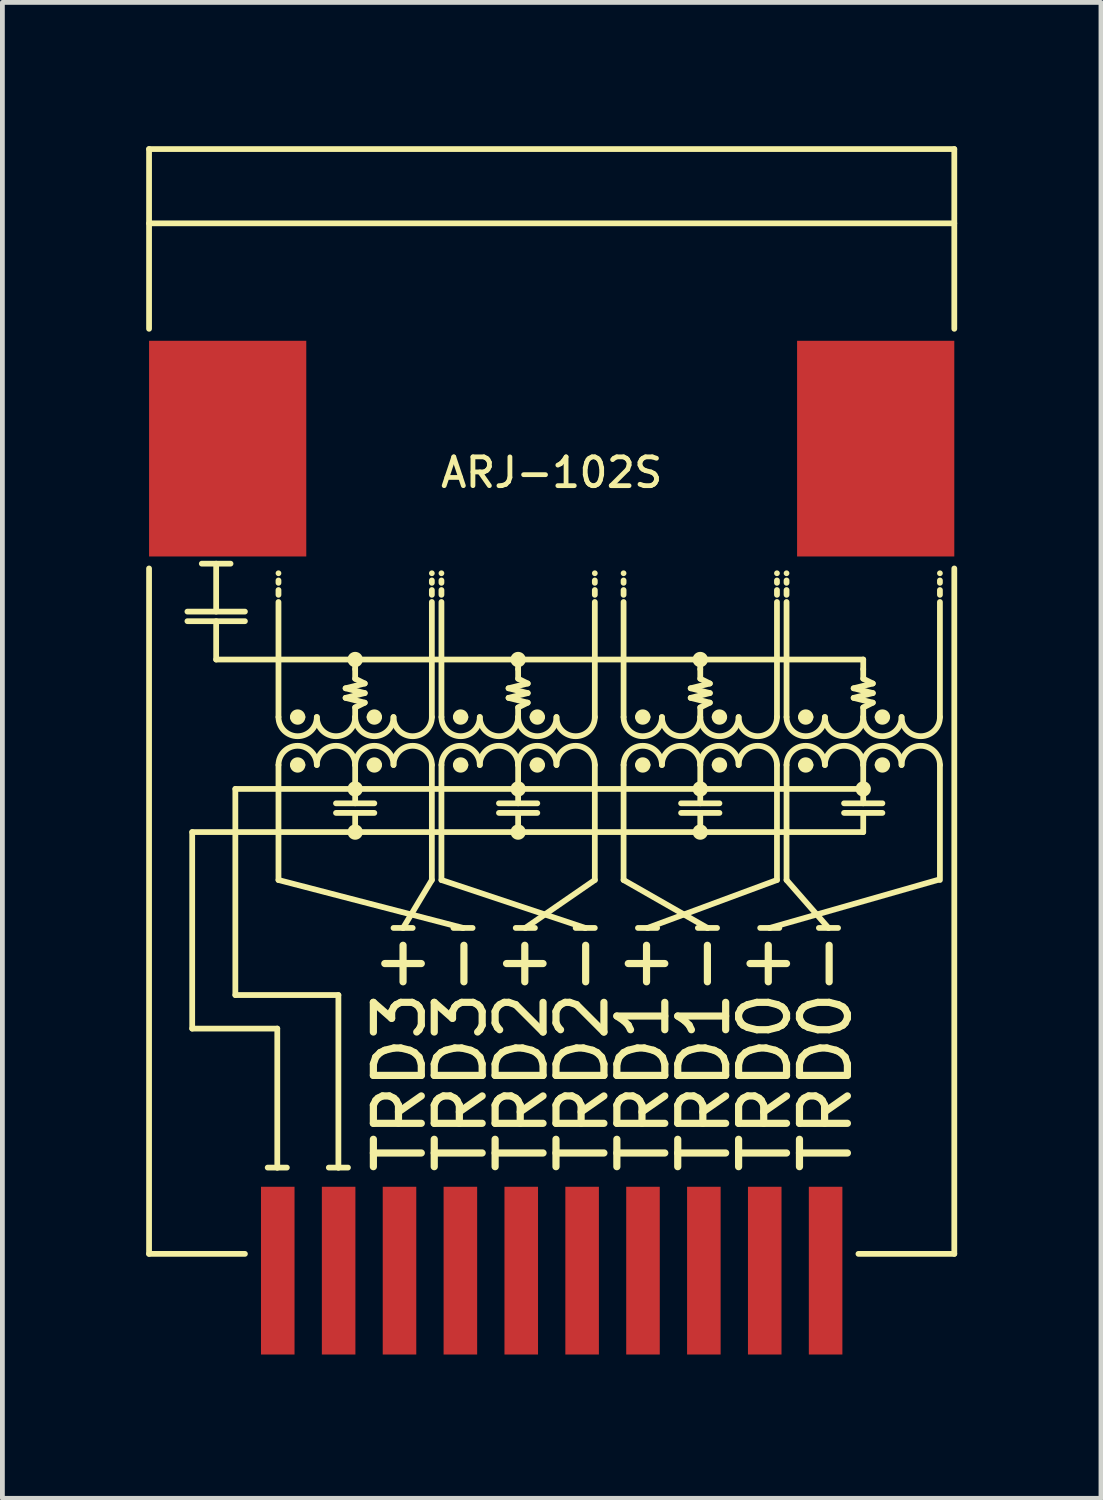
<source format=kicad_pcb>
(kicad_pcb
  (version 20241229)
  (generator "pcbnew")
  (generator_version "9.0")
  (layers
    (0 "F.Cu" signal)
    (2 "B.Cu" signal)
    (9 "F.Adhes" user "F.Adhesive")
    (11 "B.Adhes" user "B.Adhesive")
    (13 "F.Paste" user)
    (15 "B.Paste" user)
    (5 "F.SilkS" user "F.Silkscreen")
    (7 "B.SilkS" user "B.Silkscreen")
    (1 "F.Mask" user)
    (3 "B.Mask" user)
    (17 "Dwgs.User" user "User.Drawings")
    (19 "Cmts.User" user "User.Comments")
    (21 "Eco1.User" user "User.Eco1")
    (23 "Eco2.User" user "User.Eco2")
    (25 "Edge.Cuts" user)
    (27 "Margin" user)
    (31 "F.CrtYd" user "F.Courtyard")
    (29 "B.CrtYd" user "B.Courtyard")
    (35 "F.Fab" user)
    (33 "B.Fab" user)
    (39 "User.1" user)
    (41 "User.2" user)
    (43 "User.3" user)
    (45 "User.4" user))
  (footprint "ARJ-102S"
    (layer "F.Cu")
    (at 8.46 6.31)
    (property "Reference" "ARJ-102S" (at 0 0.5 0) (layer "F.SilkS") (effects (font (size 0.6 0.6) (thickness 0.1))))
    (attr through_hole)
    (fp_line (start -8.4 -6.25) (end -8.4 -2.5) (stroke (width 0.12) (type solid)) (layer "F.SilkS"))
    (fp_line (start -8.4 -4.7) (end 8.4 -4.7) (stroke (width 0.12) (type solid)) (layer "F.SilkS"))
    (fp_line (start -8.4 2.5) (end -8.4 16.8) (stroke (width 0.12) (type solid)) (layer "F.SilkS"))
    (fp_line (start -8.4 16.8) (end -6.4 16.8) (stroke (width 0.12) (type solid)) (layer "F.SilkS"))
    (fp_line (start -7.6 3.4) (end -6.4 3.4) (stroke (width 0.12) (type solid)) (layer "F.SilkS"))
    (fp_line (start -7.6 3.6) (end -6.4 3.6) (stroke (width 0.12) (type solid)) (layer "F.SilkS"))
    (fp_line (start -7.5 8) (end -7.5 12.1) (stroke (width 0.12) (type solid)) (layer "F.SilkS"))
    (fp_line (start -7.5 12.1) (end -5.725 12.1) (stroke (width 0.12) (type solid)) (layer "F.SilkS"))
    (fp_line (start -7.3 2.4) (end -6.7 2.4) (stroke (width 0.12) (type solid)) (layer "F.SilkS"))
    (fp_line (start -7 2.4) (end -7 3.4) (stroke (width 0.12) (type solid)) (layer "F.SilkS"))
    (fp_line (start -7 3.6) (end -7 4.4) (stroke (width 0.12) (type solid)) (layer "F.SilkS"))
    (fp_line (start -6.6 7.1) (end -6.6 11.4) (stroke (width 0.12) (type solid)) (layer "F.SilkS"))
    (fp_line (start -6.6 11.4) (end -4.45 11.4) (stroke (width 0.12) (type solid)) (layer "F.SilkS"))
    (fp_line (start -5.725 15) (end -5.925 15) (stroke (width 0.12) (type solid)) (layer "F.SilkS"))
    (fp_line (start -5.725 15) (end -5.725 12.1) (stroke (width 0.12) (type solid)) (layer "F.SilkS"))
    (fp_line (start -5.725 15) (end -5.525 15) (stroke (width 0.12) (type solid)) (layer "F.SilkS"))
    (fp_line (start -5.7 2.6) (end -5.7 2.6) (stroke (width 0.12) (type solid)) (layer "F.SilkS"))
    (fp_line (start -5.7 2.8) (end -5.7 2.75) (stroke (width 0.12) (type solid)) (layer "F.SilkS"))
    (fp_line (start -5.7 3.05) (end -5.7 2.95) (stroke (width 0.12) (type solid)) (layer "F.SilkS"))
    (fp_line (start -5.7 3.2) (end -5.7 5.6) (stroke (width 0.12) (type solid)) (layer "F.SilkS"))
    (fp_line (start -5.7 6.6) (end -5.7 9) (stroke (width 0.12) (type solid)) (layer "F.SilkS"))
    (fp_line (start -5.7 9) (end -1.85 10) (stroke (width 0.12) (type solid)) (layer "F.SilkS"))
    (fp_line (start -5.2 5.6) (end -5.4 5.6) (stroke (width 0.12) (type solid)) (layer "F.SilkS"))
    (fp_line (start -5.2 6.6) (end -5.4 6.6) (stroke (width 0.12) (type solid)) (layer "F.SilkS"))
    (fp_line (start -4.5 7.4) (end -3.7 7.4) (stroke (width 0.12) (type solid)) (layer "F.SilkS"))
    (fp_line (start -4.5 7.6) (end -3.7 7.6) (stroke (width 0.12) (type solid)) (layer "F.SilkS"))
    (fp_line (start -4.45 15) (end -4.65 15) (stroke (width 0.12) (type solid)) (layer "F.SilkS"))
    (fp_line (start -4.45 15) (end -4.45 11.4) (stroke (width 0.12) (type solid)) (layer "F.SilkS"))
    (fp_line (start -4.45 15) (end -4.25 15) (stroke (width 0.12) (type solid)) (layer "F.SilkS"))
    (fp_line (start -4.3 5) (end -3.9 4.9) (stroke (width 0.12) (type solid)) (layer "F.SilkS"))
    (fp_line (start -4.3 5.2) (end -3.9 5.1) (stroke (width 0.12) (type solid)) (layer "F.SilkS"))
    (fp_line (start -4.1 4.6) (end -4.1 4.4) (stroke (width 0.12) (type solid)) (layer "F.SilkS"))
    (fp_line (start -4.1 4.8) (end -4.1 4.6) (stroke (width 0.12) (type solid)) (layer "F.SilkS"))
    (fp_line (start -4.1 5.4) (end -3.9 5.3) (stroke (width 0.12) (type solid)) (layer "F.SilkS"))
    (fp_line (start -4.1 5.6) (end -4.1 5.4) (stroke (width 0.12) (type solid)) (layer "F.SilkS"))
    (fp_line (start -4.1 6.6) (end -4.1 7.4) (stroke (width 0.12) (type solid)) (layer "F.SilkS"))
    (fp_line (start -4.1 7.6) (end -4.1 8) (stroke (width 0.12) (type solid)) (layer "F.SilkS"))
    (fp_line (start -3.9 4.9) (end -4.1 4.8) (stroke (width 0.12) (type solid)) (layer "F.SilkS"))
    (fp_line (start -3.9 5.1) (end -4.3 5) (stroke (width 0.12) (type solid)) (layer "F.SilkS"))
    (fp_line (start -3.9 5.3) (end -4.3 5.2) (stroke (width 0.12) (type solid)) (layer "F.SilkS"))
    (fp_line (start -3.6 5.6) (end -3.8 5.6) (stroke (width 0.12) (type solid)) (layer "F.SilkS"))
    (fp_line (start -3.6 6.6) (end -3.8 6.6) (stroke (width 0.12) (type solid)) (layer "F.SilkS"))
    (fp_line (start -3.1 10) (end -3.3 10) (stroke (width 0.12) (type solid)) (layer "F.SilkS"))
    (fp_line (start -3.1 10) (end -2.9 10) (stroke (width 0.12) (type solid)) (layer "F.SilkS"))
    (fp_line (start -2.5 2.6) (end -2.5 2.6) (stroke (width 0.12) (type solid)) (layer "F.SilkS"))
    (fp_line (start -2.5 2.8) (end -2.5 2.75) (stroke (width 0.12) (type solid)) (layer "F.SilkS"))
    (fp_line (start -2.5 3.05) (end -2.5 2.95) (stroke (width 0.12) (type solid)) (layer "F.SilkS"))
    (fp_line (start -2.5 3.2) (end -2.5 5.6) (stroke (width 0.12) (type solid)) (layer "F.SilkS"))
    (fp_line (start -2.5 6.6) (end -2.5 9) (stroke (width 0.12) (type solid)) (layer "F.SilkS"))
    (fp_line (start -2.5 9) (end -3.1 10) (stroke (width 0.12) (type solid)) (layer "F.SilkS"))
    (fp_line (start -2.3 2.6) (end -2.3 2.6) (stroke (width 0.12) (type solid)) (layer "F.SilkS"))
    (fp_line (start -2.3 2.8) (end -2.3 2.75) (stroke (width 0.12) (type solid)) (layer "F.SilkS"))
    (fp_line (start -2.3 3.05) (end -2.3 2.95) (stroke (width 0.12) (type solid)) (layer "F.SilkS"))
    (fp_line (start -2.3 3.2) (end -2.3 5.6) (stroke (width 0.12) (type solid)) (layer "F.SilkS"))
    (fp_line (start -2.3 6.6) (end -2.3 9) (stroke (width 0.12) (type solid)) (layer "F.SilkS"))
    (fp_line (start -2.3 9) (end 0.7 10) (stroke (width 0.12) (type solid)) (layer "F.SilkS"))
    (fp_line (start -1.85 10) (end -2.05 10) (stroke (width 0.12) (type solid)) (layer "F.SilkS"))
    (fp_line (start -1.85 10) (end -1.65 10) (stroke (width 0.12) (type solid)) (layer "F.SilkS"))
    (fp_line (start -1.8 5.6) (end -2 5.6) (stroke (width 0.12) (type solid)) (layer "F.SilkS"))
    (fp_line (start -1.8 6.6) (end -2 6.6) (stroke (width 0.12) (type solid)) (layer "F.SilkS"))
    (fp_line (start -1.1 7.4) (end -0.3 7.4) (stroke (width 0.12) (type solid)) (layer "F.SilkS"))
    (fp_line (start -1.1 7.6) (end -0.3 7.6) (stroke (width 0.12) (type solid)) (layer "F.SilkS"))
    (fp_line (start -0.9 5) (end -0.5 4.9) (stroke (width 0.12) (type solid)) (layer "F.SilkS"))
    (fp_line (start -0.9 5.2) (end -0.5 5.1) (stroke (width 0.12) (type solid)) (layer "F.SilkS"))
    (fp_line (start -0.7 4.6) (end -0.7 4.4) (stroke (width 0.12) (type solid)) (layer "F.SilkS"))
    (fp_line (start -0.7 4.8) (end -0.7 4.6) (stroke (width 0.12) (type solid)) (layer "F.SilkS"))
    (fp_line (start -0.7 5.4) (end -0.5 5.3) (stroke (width 0.12) (type solid)) (layer "F.SilkS"))
    (fp_line (start -0.7 5.6) (end -0.7 5.4) (stroke (width 0.12) (type solid)) (layer "F.SilkS"))
    (fp_line (start -0.7 6.6) (end -0.7 7.4) (stroke (width 0.12) (type solid)) (layer "F.SilkS"))
    (fp_line (start -0.7 7.6) (end -0.7 8) (stroke (width 0.12) (type solid)) (layer "F.SilkS"))
    (fp_line (start -0.55 10) (end -0.75 10) (stroke (width 0.12) (type solid)) (layer "F.SilkS"))
    (fp_line (start -0.55 10) (end -0.35 10) (stroke (width 0.12) (type solid)) (layer "F.SilkS"))
    (fp_line (start -0.5 4.9) (end -0.7 4.8) (stroke (width 0.12) (type solid)) (layer "F.SilkS"))
    (fp_line (start -0.5 5.1) (end -0.9 5) (stroke (width 0.12) (type solid)) (layer "F.SilkS"))
    (fp_line (start -0.5 5.3) (end -0.9 5.2) (stroke (width 0.12) (type solid)) (layer "F.SilkS"))
    (fp_line (start -0.2 5.6) (end -0.4 5.6) (stroke (width 0.12) (type solid)) (layer "F.SilkS"))
    (fp_line (start -0.2 6.6) (end -0.4 6.6) (stroke (width 0.12) (type solid)) (layer "F.SilkS"))
    (fp_line (start 0.7 10) (end 0.5 10) (stroke (width 0.12) (type solid)) (layer "F.SilkS"))
    (fp_line (start 0.7 10) (end 0.9 10) (stroke (width 0.12) (type solid)) (layer "F.SilkS"))
    (fp_line (start 0.9 2.6) (end 0.9 2.6) (stroke (width 0.12) (type solid)) (layer "F.SilkS"))
    (fp_line (start 0.9 2.8) (end 0.9 2.75) (stroke (width 0.12) (type solid)) (layer "F.SilkS"))
    (fp_line (start 0.9 3.05) (end 0.9 2.95) (stroke (width 0.12) (type solid)) (layer "F.SilkS"))
    (fp_line (start 0.9 3.2) (end 0.9 5.6) (stroke (width 0.12) (type solid)) (layer "F.SilkS"))
    (fp_line (start 0.9 6.6) (end 0.9 9) (stroke (width 0.12) (type solid)) (layer "F.SilkS"))
    (fp_line (start 0.9 9) (end -0.55 10) (stroke (width 0.12) (type solid)) (layer "F.SilkS"))
    (fp_line (start 1.5 2.6) (end 1.5 2.6) (stroke (width 0.12) (type solid)) (layer "F.SilkS"))
    (fp_line (start 1.5 2.8) (end 1.5 2.75) (stroke (width 0.12) (type solid)) (layer "F.SilkS"))
    (fp_line (start 1.5 3.05) (end 1.5 2.95) (stroke (width 0.12) (type solid)) (layer "F.SilkS"))
    (fp_line (start 1.5 3.2) (end 1.5 5.6) (stroke (width 0.12) (type solid)) (layer "F.SilkS"))
    (fp_line (start 1.5 6.6) (end 1.5 9) (stroke (width 0.12) (type solid)) (layer "F.SilkS"))
    (fp_line (start 1.5 9) (end 3.25 10) (stroke (width 0.12) (type solid)) (layer "F.SilkS"))
    (fp_line (start 2 5.6) (end 1.8 5.6) (stroke (width 0.12) (type solid)) (layer "F.SilkS"))
    (fp_line (start 2 6.6) (end 1.8 6.6) (stroke (width 0.12) (type solid)) (layer "F.SilkS"))
    (fp_line (start 2 10) (end 1.8 10) (stroke (width 0.12) (type solid)) (layer "F.SilkS"))
    (fp_line (start 2 10) (end 2.2 10) (stroke (width 0.12) (type solid)) (layer "F.SilkS"))
    (fp_line (start 2.7 7.4) (end 3.5 7.4) (stroke (width 0.12) (type solid)) (layer "F.SilkS"))
    (fp_line (start 2.7 7.6) (end 3.5 7.6) (stroke (width 0.12) (type solid)) (layer "F.SilkS"))
    (fp_line (start 2.9 5) (end 3.3 4.9) (stroke (width 0.12) (type solid)) (layer "F.SilkS"))
    (fp_line (start 2.9 5.2) (end 3.3 5.1) (stroke (width 0.12) (type solid)) (layer "F.SilkS"))
    (fp_line (start 3.1 4.6) (end 3.1 4.4) (stroke (width 0.12) (type solid)) (layer "F.SilkS"))
    (fp_line (start 3.1 4.8) (end 3.1 4.6) (stroke (width 0.12) (type solid)) (layer "F.SilkS"))
    (fp_line (start 3.1 5.4) (end 3.3 5.3) (stroke (width 0.12) (type solid)) (layer "F.SilkS"))
    (fp_line (start 3.1 5.6) (end 3.1 5.4) (stroke (width 0.12) (type solid)) (layer "F.SilkS"))
    (fp_line (start 3.1 6.6) (end 3.1 7.4) (stroke (width 0.12) (type solid)) (layer "F.SilkS"))
    (fp_line (start 3.1 7.6) (end 3.1 8) (stroke (width 0.12) (type solid)) (layer "F.SilkS"))
    (fp_line (start 3.25 10) (end 3.05 10) (stroke (width 0.12) (type solid)) (layer "F.SilkS"))
    (fp_line (start 3.25 10) (end 3.45 10) (stroke (width 0.12) (type solid)) (layer "F.SilkS"))
    (fp_line (start 3.3 4.9) (end 3.1 4.8) (stroke (width 0.12) (type solid)) (layer "F.SilkS"))
    (fp_line (start 3.3 5.1) (end 2.9 5) (stroke (width 0.12) (type solid)) (layer "F.SilkS"))
    (fp_line (start 3.3 5.3) (end 2.9 5.2) (stroke (width 0.12) (type solid)) (layer "F.SilkS"))
    (fp_line (start 3.6 5.6) (end 3.4 5.6) (stroke (width 0.12) (type solid)) (layer "F.SilkS"))
    (fp_line (start 3.6 6.6) (end 3.4 6.6) (stroke (width 0.12) (type solid)) (layer "F.SilkS"))
    (fp_line (start 4.55 10) (end 4.35 10) (stroke (width 0.12) (type solid)) (layer "F.SilkS"))
    (fp_line (start 4.55 10) (end 4.75 10) (stroke (width 0.12) (type solid)) (layer "F.SilkS"))
    (fp_line (start 4.7 2.6) (end 4.7 2.6) (stroke (width 0.12) (type solid)) (layer "F.SilkS"))
    (fp_line (start 4.7 2.8) (end 4.7 2.75) (stroke (width 0.12) (type solid)) (layer "F.SilkS"))
    (fp_line (start 4.7 3.05) (end 4.7 2.95) (stroke (width 0.12) (type solid)) (layer "F.SilkS"))
    (fp_line (start 4.7 3.2) (end 4.7 5.6) (stroke (width 0.12) (type solid)) (layer "F.SilkS"))
    (fp_line (start 4.7 6.6) (end 4.7 9) (stroke (width 0.12) (type solid)) (layer "F.SilkS"))
    (fp_line (start 4.7 9) (end 2 10) (stroke (width 0.12) (type solid)) (layer "F.SilkS"))
    (fp_line (start 4.9 2.6) (end 4.9 2.6) (stroke (width 0.12) (type solid)) (layer "F.SilkS"))
    (fp_line (start 4.9 2.8) (end 4.9 2.75) (stroke (width 0.12) (type solid)) (layer "F.SilkS"))
    (fp_line (start 4.9 3.05) (end 4.9 2.95) (stroke (width 0.12) (type solid)) (layer "F.SilkS"))
    (fp_line (start 4.9 3.2) (end 4.9 5.6) (stroke (width 0.12) (type solid)) (layer "F.SilkS"))
    (fp_line (start 4.9 6.6) (end 4.9 9) (stroke (width 0.12) (type solid)) (layer "F.SilkS"))
    (fp_line (start 4.9 9) (end 5.775 10) (stroke (width 0.12) (type solid)) (layer "F.SilkS"))
    (fp_line (start 5.4 5.6) (end 5.2 5.6) (stroke (width 0.12) (type solid)) (layer "F.SilkS"))
    (fp_line (start 5.4 6.6) (end 5.2 6.6) (stroke (width 0.12) (type solid)) (layer "F.SilkS"))
    (fp_line (start 5.775 10) (end 5.575 10) (stroke (width 0.12) (type solid)) (layer "F.SilkS"))
    (fp_line (start 5.775 10) (end 5.975 10) (stroke (width 0.12) (type solid)) (layer "F.SilkS"))
    (fp_line (start 6.1 7.4) (end 6.9 7.4) (stroke (width 0.12) (type solid)) (layer "F.SilkS"))
    (fp_line (start 6.1 7.6) (end 6.9 7.6) (stroke (width 0.12) (type solid)) (layer "F.SilkS"))
    (fp_line (start 6.3 5) (end 6.7 4.9) (stroke (width 0.12) (type solid)) (layer "F.SilkS"))
    (fp_line (start 6.3 5.2) (end 6.7 5.1) (stroke (width 0.12) (type solid)) (layer "F.SilkS"))
    (fp_line (start 6.4 16.8) (end 8.4 16.8) (stroke (width 0.12) (type solid)) (layer "F.SilkS"))
    (fp_line (start 6.5 4.4) (end -7 4.4) (stroke (width 0.12) (type solid)) (layer "F.SilkS"))
    (fp_line (start 6.5 4.6) (end 6.5 4.4) (stroke (width 0.12) (type solid)) (layer "F.SilkS"))
    (fp_line (start 6.5 4.8) (end 6.5 4.6) (stroke (width 0.12) (type solid)) (layer "F.SilkS"))
    (fp_line (start 6.5 5.4) (end 6.7 5.3) (stroke (width 0.12) (type solid)) (layer "F.SilkS"))
    (fp_line (start 6.5 5.6) (end 6.5 5.4) (stroke (width 0.12) (type solid)) (layer "F.SilkS"))
    (fp_line (start 6.5 6.6) (end 6.5 7.4) (stroke (width 0.12) (type solid)) (layer "F.SilkS"))
    (fp_line (start 6.5 7.1) (end -6.6 7.1) (stroke (width 0.12) (type solid)) (layer "F.SilkS"))
    (fp_line (start 6.5 7.6) (end 6.5 8) (stroke (width 0.12) (type solid)) (layer "F.SilkS"))
    (fp_line (start 6.5 8) (end -7.5 8) (stroke (width 0.12) (type solid)) (layer "F.SilkS"))
    (fp_line (start 6.7 4.9) (end 6.5 4.8) (stroke (width 0.12) (type solid)) (layer "F.SilkS"))
    (fp_line (start 6.7 5.1) (end 6.3 5) (stroke (width 0.12) (type solid)) (layer "F.SilkS"))
    (fp_line (start 6.7 5.3) (end 6.3 5.2) (stroke (width 0.12) (type solid)) (layer "F.SilkS"))
    (fp_line (start 7 5.6) (end 6.8 5.6) (stroke (width 0.12) (type solid)) (layer "F.SilkS"))
    (fp_line (start 7 6.6) (end 6.8 6.6) (stroke (width 0.12) (type solid)) (layer "F.SilkS"))
    (fp_line (start 8.05 9) (end 4.55 10) (stroke (width 0.12) (type solid)) (layer "F.SilkS"))
    (fp_line (start 8.1 2.6) (end 8.1 2.6) (stroke (width 0.12) (type solid)) (layer "F.SilkS"))
    (fp_line (start 8.1 2.8) (end 8.1 2.75) (stroke (width 0.12) (type solid)) (layer "F.SilkS"))
    (fp_line (start 8.1 3.05) (end 8.1 2.95) (stroke (width 0.12) (type solid)) (layer "F.SilkS"))
    (fp_line (start 8.1 3.2) (end 8.1 5.6) (stroke (width 0.12) (type solid)) (layer "F.SilkS"))
    (fp_line (start 8.1 6.6) (end 8.1 9) (stroke (width 0.12) (type solid)) (layer "F.SilkS"))
    (fp_line (start 8.4 -6.25) (end -8.4 -6.25) (stroke (width 0.12) (type solid)) (layer "F.SilkS"))
    (fp_line (start 8.4 -2.5) (end 8.4 -6.25) (stroke (width 0.12) (type solid)) (layer "F.SilkS"))
    (fp_line (start 8.4 2.5) (end 8.4 16.8) (stroke (width 0.12) (type solid)) (layer "F.SilkS"))
    (fp_arc (start -5.7 6.6) (mid -5.3 6.2) (end -4.9 6.6) (stroke (width 0.12) (type solid)) (layer "F.SilkS"))
    (fp_arc (start -4.9 5.6) (mid -5.3 6) (end -5.7 5.6) (stroke (width 0.12) (type solid)) (layer "F.SilkS"))
    (fp_arc (start -4.9 6.6) (mid -4.5 6.2) (end -4.1 6.6) (stroke (width 0.12) (type solid)) (layer "F.SilkS"))
    (fp_arc (start -4.1 5.6) (mid -4.5 6) (end -4.9 5.6) (stroke (width 0.12) (type solid)) (layer "F.SilkS"))
    (fp_arc (start -4.1 6.6) (mid -3.7 6.2) (end -3.3 6.6) (stroke (width 0.12) (type solid)) (layer "F.SilkS"))
    (fp_arc (start -3.3 5.6) (mid -3.7 6) (end -4.1 5.6) (stroke (width 0.12) (type solid)) (layer "F.SilkS"))
    (fp_arc (start -3.3 6.6) (mid -2.9 6.2) (end -2.5 6.6) (stroke (width 0.12) (type solid)) (layer "F.SilkS"))
    (fp_arc (start -2.5 5.6) (mid -2.9 6) (end -3.3 5.6) (stroke (width 0.12) (type solid)) (layer "F.SilkS"))
    (fp_arc (start -2.3 6.6) (mid -1.9 6.2) (end -1.5 6.6) (stroke (width 0.12) (type solid)) (layer "F.SilkS"))
    (fp_arc (start -1.5 5.6) (mid -1.9 6) (end -2.3 5.6) (stroke (width 0.12) (type solid)) (layer "F.SilkS"))
    (fp_arc (start -1.5 6.6) (mid -1.1 6.2) (end -0.7 6.6) (stroke (width 0.12) (type solid)) (layer "F.SilkS"))
    (fp_arc (start -0.7 5.6) (mid -1.1 6) (end -1.5 5.6) (stroke (width 0.12) (type solid)) (layer "F.SilkS"))
    (fp_arc (start -0.7 6.6) (mid -0.3 6.2) (end 0.1 6.6) (stroke (width 0.12) (type solid)) (layer "F.SilkS"))
    (fp_arc (start 0.1 5.6) (mid -0.3 6) (end -0.7 5.6) (stroke (width 0.12) (type solid)) (layer "F.SilkS"))
    (fp_arc (start 0.1 6.6) (mid 0.5 6.2) (end 0.9 6.6) (stroke (width 0.12) (type solid)) (layer "F.SilkS"))
    (fp_arc (start 0.9 5.6) (mid 0.5 6) (end 0.1 5.6) (stroke (width 0.12) (type solid)) (layer "F.SilkS"))
    (fp_arc (start 1.5 6.6) (mid 1.9 6.2) (end 2.3 6.6) (stroke (width 0.12) (type solid)) (layer "F.SilkS"))
    (fp_arc (start 2.3 5.6) (mid 1.9 6) (end 1.5 5.6) (stroke (width 0.12) (type solid)) (layer "F.SilkS"))
    (fp_arc (start 2.3 6.6) (mid 2.7 6.2) (end 3.1 6.6) (stroke (width 0.12) (type solid)) (layer "F.SilkS"))
    (fp_arc (start 3.1 5.6) (mid 2.7 6) (end 2.3 5.6) (stroke (width 0.12) (type solid)) (layer "F.SilkS"))
    (fp_arc (start 3.1 6.6) (mid 3.5 6.2) (end 3.9 6.6) (stroke (width 0.12) (type solid)) (layer "F.SilkS"))
    (fp_arc (start 3.9 5.6) (mid 3.5 6) (end 3.1 5.6) (stroke (width 0.12) (type solid)) (layer "F.SilkS"))
    (fp_arc (start 3.9 6.6) (mid 4.3 6.2) (end 4.7 6.6) (stroke (width 0.12) (type solid)) (layer "F.SilkS"))
    (fp_arc (start 4.7 5.6) (mid 4.3 6) (end 3.9 5.6) (stroke (width 0.12) (type solid)) (layer "F.SilkS"))
    (fp_arc (start 4.9 6.6) (mid 5.3 6.2) (end 5.7 6.6) (stroke (width 0.12) (type solid)) (layer "F.SilkS"))
    (fp_arc (start 5.7 5.6) (mid 5.3 6) (end 4.9 5.6) (stroke (width 0.12) (type solid)) (layer "F.SilkS"))
    (fp_arc (start 5.7 6.6) (mid 6.1 6.2) (end 6.5 6.6) (stroke (width 0.12) (type solid)) (layer "F.SilkS"))
    (fp_arc (start 6.5 5.6) (mid 6.1 6) (end 5.7 5.6) (stroke (width 0.12) (type solid)) (layer "F.SilkS"))
    (fp_arc (start 6.5 6.6) (mid 6.9 6.2) (end 7.3 6.6) (stroke (width 0.12) (type solid)) (layer "F.SilkS"))
    (fp_arc (start 7.3 5.6) (mid 6.9 6) (end 6.5 5.6) (stroke (width 0.12) (type solid)) (layer "F.SilkS"))
    (fp_arc (start 7.3 6.6) (mid 7.7 6.2) (end 8.1 6.6) (stroke (width 0.12) (type solid)) (layer "F.SilkS"))
    (fp_arc (start 8.1 5.6) (mid 7.7 6) (end 7.3 5.6) (stroke (width 0.12) (type solid)) (layer "F.SilkS"))
    (fp_circle (center -5.3 5.6) (end -5.3 5.7) (stroke (width 0.12) (type solid)) (fill no) (layer "F.SilkS"))
    (fp_circle (center -5.3 6.6) (end -5.3 6.7) (stroke (width 0.12) (type solid)) (fill no) (layer "F.SilkS"))
    (fp_circle (center -4.1 4.4) (end -4 4.4) (stroke (width 0.12) (type solid)) (fill no) (layer "F.SilkS"))
    (fp_circle (center -4.1 7.1) (end -4 7.1) (stroke (width 0.12) (type solid)) (fill no) (layer "F.SilkS"))
    (fp_circle (center -4.1 8) (end -4 8) (stroke (width 0.12) (type solid)) (fill no) (layer "F.SilkS"))
    (fp_circle (center -3.7 5.6) (end -3.7 5.7) (stroke (width 0.12) (type solid)) (fill no) (layer "F.SilkS"))
    (fp_circle (center -3.7 6.6) (end -3.7 6.7) (stroke (width 0.12) (type solid)) (fill no) (layer "F.SilkS"))
    (fp_circle (center -1.9 5.6) (end -1.9 5.7) (stroke (width 0.12) (type solid)) (fill no) (layer "F.SilkS"))
    (fp_circle (center -1.9 6.6) (end -1.9 6.7) (stroke (width 0.12) (type solid)) (fill no) (layer "F.SilkS"))
    (fp_circle (center -0.7 4.4) (end -0.6 4.4) (stroke (width 0.12) (type solid)) (fill no) (layer "F.SilkS"))
    (fp_circle (center -0.7 7.1) (end -0.6 7.1) (stroke (width 0.12) (type solid)) (fill no) (layer "F.SilkS"))
    (fp_circle (center -0.7 8) (end -0.6 8) (stroke (width 0.12) (type solid)) (fill no) (layer "F.SilkS"))
    (fp_circle (center -0.3 5.6) (end -0.3 5.7) (stroke (width 0.12) (type solid)) (fill no) (layer "F.SilkS"))
    (fp_circle (center -0.3 6.6) (end -0.3 6.7) (stroke (width 0.12) (type solid)) (fill no) (layer "F.SilkS"))
    (fp_circle (center 1.9 5.6) (end 1.9 5.7) (stroke (width 0.12) (type solid)) (fill no) (layer "F.SilkS"))
    (fp_circle (center 1.9 6.6) (end 1.9 6.7) (stroke (width 0.12) (type solid)) (fill no) (layer "F.SilkS"))
    (fp_circle (center 3.1 4.4) (end 3.2 4.4) (stroke (width 0.12) (type solid)) (fill no) (layer "F.SilkS"))
    (fp_circle (center 3.1 7.1) (end 3.2 7.1) (stroke (width 0.12) (type solid)) (fill no) (layer "F.SilkS"))
    (fp_circle (center 3.1 8) (end 3.2 8) (stroke (width 0.12) (type solid)) (fill no) (layer "F.SilkS"))
    (fp_circle (center 3.5 5.6) (end 3.5 5.7) (stroke (width 0.12) (type solid)) (fill no) (layer "F.SilkS"))
    (fp_circle (center 3.5 6.6) (end 3.5 6.7) (stroke (width 0.12) (type solid)) (fill no) (layer "F.SilkS"))
    (fp_circle (center 5.3 5.6) (end 5.3 5.7) (stroke (width 0.12) (type solid)) (fill no) (layer "F.SilkS"))
    (fp_circle (center 5.3 6.6) (end 5.3 6.7) (stroke (width 0.12) (type solid)) (fill no) (layer "F.SilkS"))
    (fp_circle (center 6.5 7.1) (end 6.6 7.1) (stroke (width 0.12) (type solid)) (fill no) (layer "F.SilkS"))
    (fp_circle (center 6.9 5.6) (end 6.9 5.7) (stroke (width 0.12) (type solid)) (fill no) (layer "F.SilkS"))
    (fp_circle (center 6.9 6.6) (end 6.9 6.7) (stroke (width 0.12) (type solid)) (fill no) (layer "F.SilkS"))
    (fp_text user "TRD1-" (at 3.175 12.6 90) (layer "F.SilkS") (effects (font (size 1 1) (thickness 0.15))))
    (fp_text user "TRD2+" (at -0.635 12.6 90) (layer "F.SilkS") (effects (font (size 1 1) (thickness 0.15))))
    (fp_text user "TRD0-" (at 5.715 12.6 90) (layer "F.SilkS") (effects (font (size 1 1) (thickness 0.15))))
    (fp_text user "TRD1+" (at 1.905 12.6 90) (layer "F.SilkS") (effects (font (size 1 1) (thickness 0.15))))
    (fp_text user "TRD3-" (at -1.905 12.6 90) (layer "F.SilkS") (effects (font (size 1 1) (thickness 0.15))))
    (fp_text user "TRD3+" (at -3.175 12.6 90) (layer "F.SilkS") (effects (font (size 1 1) (thickness 0.15))))
    (fp_text user "TRD0+" (at 4.445 12.6 90) (layer "F.SilkS") (effects (font (size 1 1) (thickness 0.15))))
    (fp_text user "TRD2-" (at 0.635 12.6 90) (layer "F.SilkS") (effects (font (size 1 1) (thickness 0.15))))
    (pad "1" smd rect (at 5.715 17.15) (size 0.7 3.5) (layers "F.Cu" "F.Mask" "F.Paste"))
    (pad "2" smd rect (at 4.445 17.15) (size 0.7 3.5) (layers "F.Cu" "F.Mask" "F.Paste"))
    (pad "3" smd rect (at 3.175 17.15) (size 0.7 3.5) (layers "F.Cu" "F.Mask" "F.Paste"))
    (pad "4" smd rect (at 1.905 17.15) (size 0.7 3.5) (layers "F.Cu" "F.Mask" "F.Paste"))
    (pad "5" smd rect (at 0.635 17.15) (size 0.7 3.5) (layers "F.Cu" "F.Mask" "F.Paste"))
    (pad "6" smd rect (at -0.635 17.15) (size 0.7 3.5) (layers "F.Cu" "F.Mask" "F.Paste"))
    (pad "7" smd rect (at -1.905 17.15) (size 0.7 3.5) (layers "F.Cu" "F.Mask" "F.Paste"))
    (pad "8" smd rect (at -3.175 17.15) (size 0.7 3.5) (layers "F.Cu" "F.Mask" "F.Paste"))
    (pad "9" smd rect (at -4.445 17.15) (size 0.7 3.5) (layers "F.Cu" "F.Mask" "F.Paste"))
    (pad "10" smd rect (at -5.715 17.15) (size 0.7 3.5) (layers "F.Cu" "F.Mask" "F.Paste"))
    (pad "SH" smd rect (at -6.76 0) (size 3.28 4.5) (layers "F.Cu" "F.Mask" "F.Paste"))
    (pad "SH" smd rect (at 6.76 0) (size 3.28 4.5) (layers "F.Cu" "F.Mask" "F.Paste")))
  (gr_rect
    (start -3 -3)
    (end 19.92 28.21)
    (stroke (width 0.1) (type default))
    (fill no)
    (layer "Edge.Cuts")))
</source>
